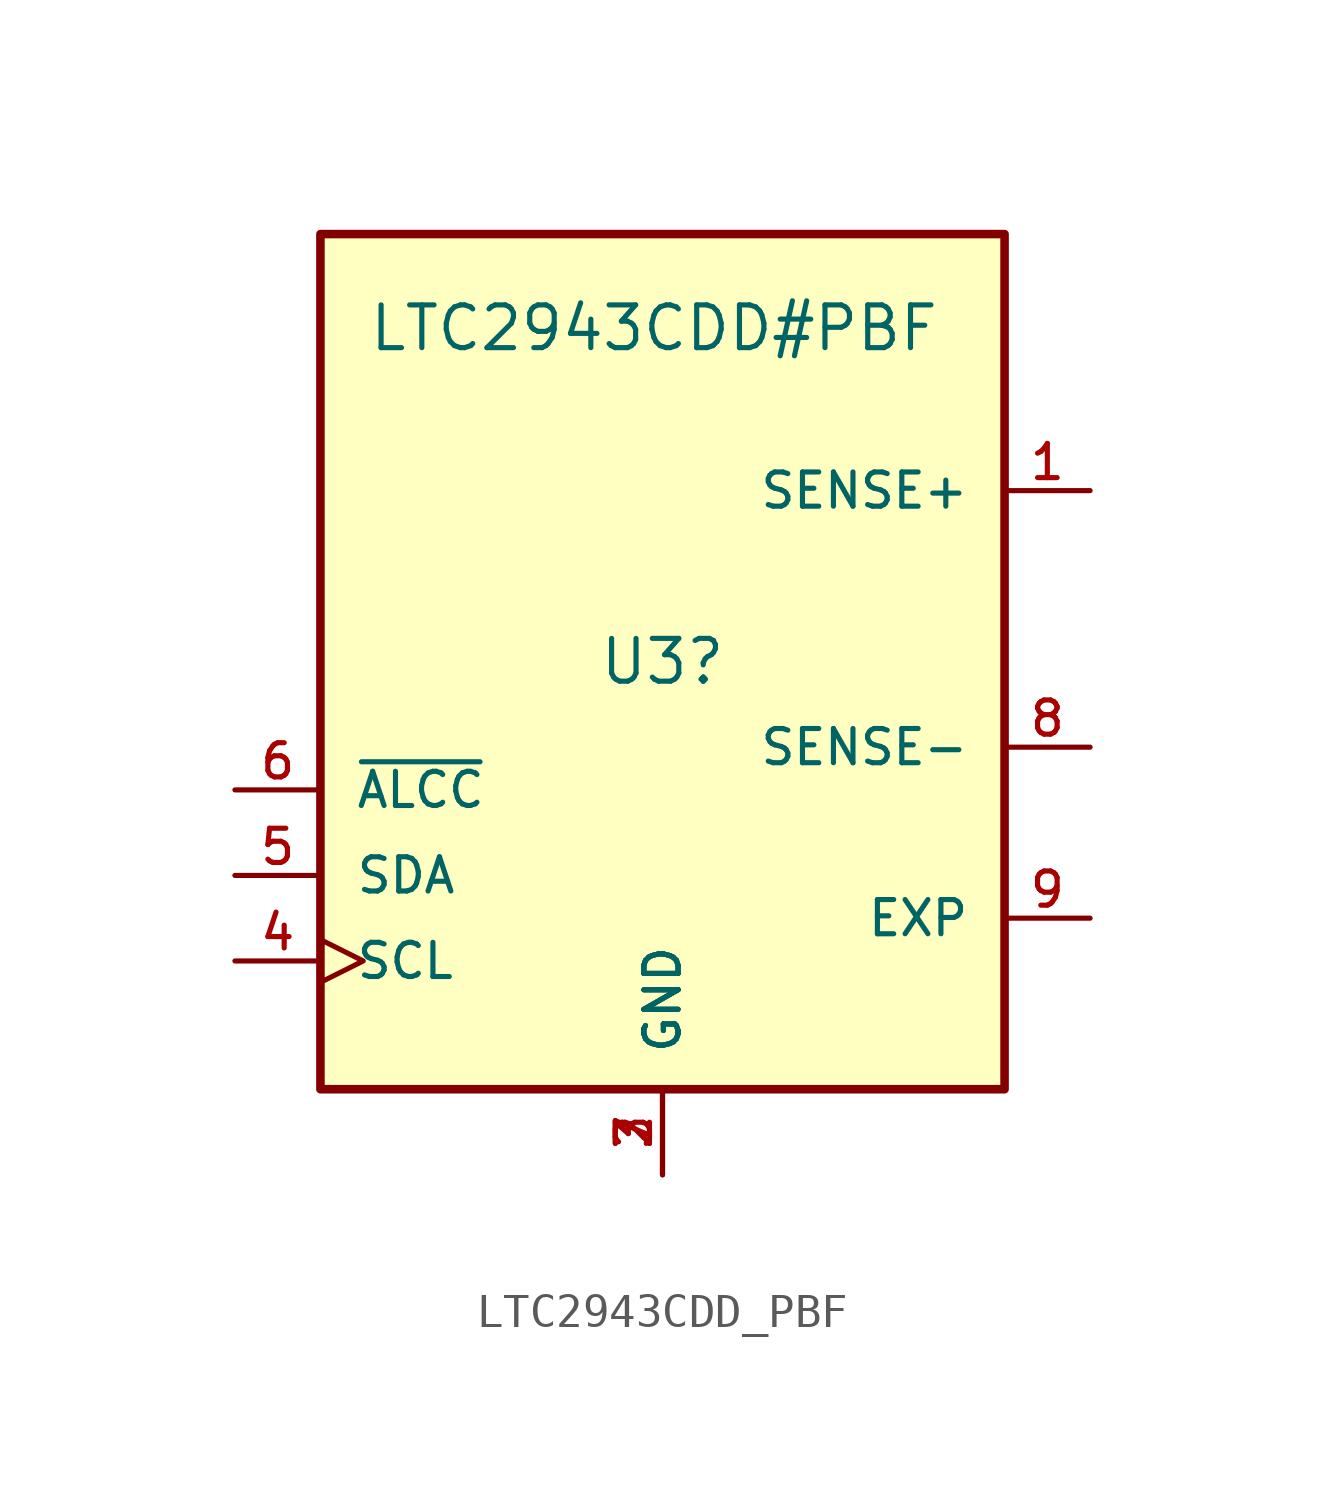
<source format=kicad_sym>
(kicad_symbol_lib
  (version 20241209)
  (generator "kicad_symbol_editor")
  (generator_version "9.0")
  (symbol "LTC2943CDD_PBF"
    (pin_names
      (offset 1.016))
    (property "Reference" "U3"
      (at 0 0 0)
      (effects (font (size 1.27 1.27))))
    (property "Value" "LTC2943CDD#PBF"
      (at -0.254 9.906 0)
      (effects (font (size 1.27 1.27))))
    (property "SNAPEDA_PN" ""
      (at 0 0 0)
      (effects (font (size 1.27 1.27))))
    (symbol "LTC2943CDD_PBF_0_0"
      (rectangle (start -10.16 -12.7) (end 10.16 12.7) (stroke (width 0.254) (type default)) (fill (type background))))
    (symbol "LTC2943CDD_PBF_1_0"
      (pin bidirectional line (at -12.7 -3.81 0) (length 2.54) (name "~{ALCC}" (effects (font (size 1.016 1.016)))) (number "6" (effects (font (size 1.016 1.016)))))
      (pin bidirectional line (at -12.7 -6.35 0) (length 2.54) (name "SDA" (effects (font (size 1.016 1.016)))) (number "5" (effects (font (size 1.016 1.016)))))
      (pin input clock (at -12.7 -8.89 0) (length 2.54) (name "SCL" (effects (font (size 1.016 1.016)))) (number "4" (effects (font (size 1.016 1.016)))))
      (pin power_in line (at 0 -15.24 90) (length 2.54) (name "GND" (effects (font (size 1.016 1.016)))) (number "2" (effects (font (size 1.016 1.016)))))
      (pin power_in line (at 0 -15.24 90) (length 2.54) (name "GND" (effects (font (size 1.016 1.016)))) (number "3" (effects (font (size 1.016 1.016)))))
      (pin power_in line (at 0 -15.24 90) (length 2.54) (name "GND" (effects (font (size 1.016 1.016)))) (number "7" (effects (font (size 1.016 1.016)))))
      (pin input line (at 12.7 5.08 180) (length 2.54) (name "SENSE+" (effects (font (size 1.016 1.016)))) (number "1" (effects (font (size 1.016 1.016)))))
      (pin input line (at 12.7 -2.54 180) (length 2.54) (name "SENSE-" (effects (font (size 1.016 1.016)))) (number "8" (effects (font (size 1.016 1.016)))))
      (pin power_in line (at 12.7 -7.62 180) (length 2.54) (name "EXP" (effects (font (size 1.016 1.016)))) (number "9" (effects (font (size 1.016 1.016))))))))
</source>
